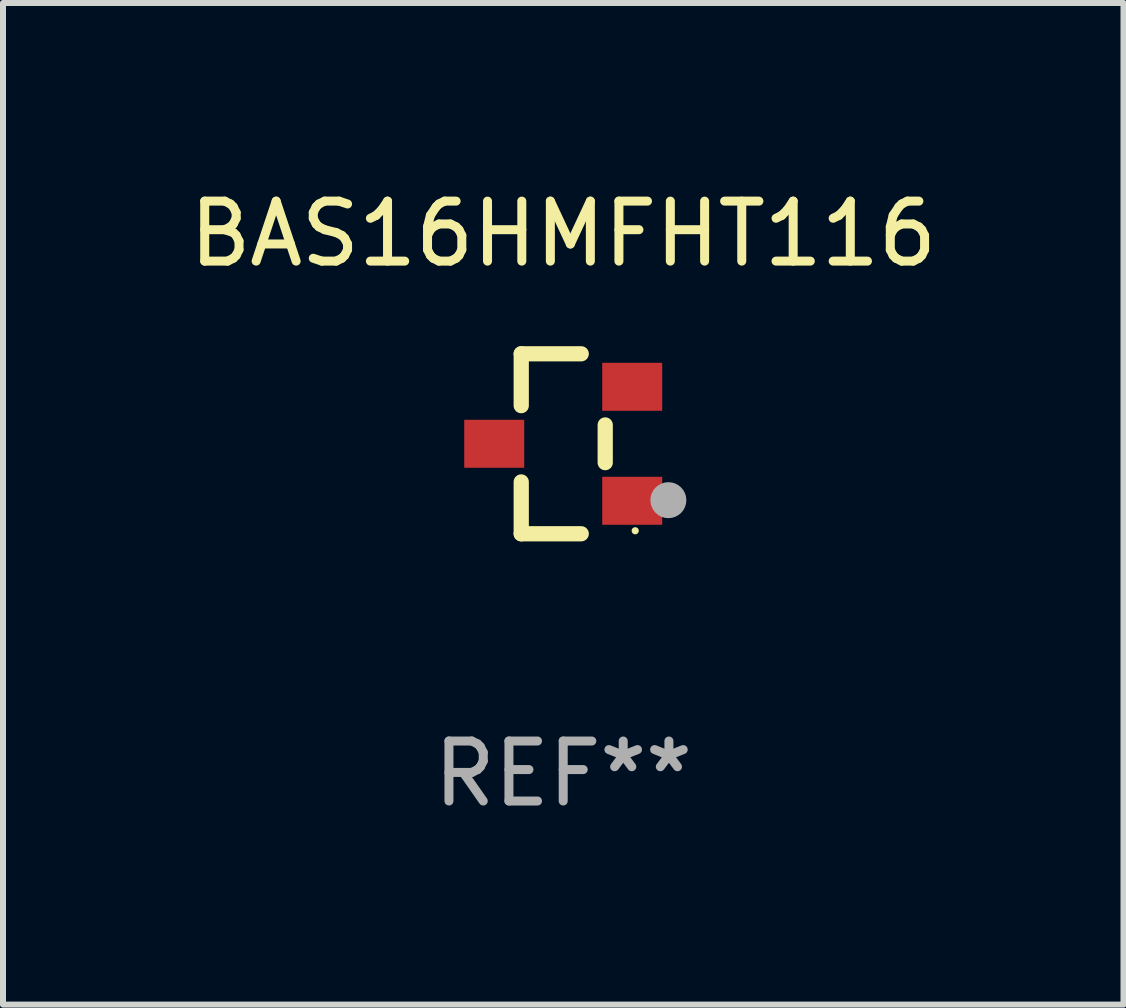
<source format=kicad_pcb>
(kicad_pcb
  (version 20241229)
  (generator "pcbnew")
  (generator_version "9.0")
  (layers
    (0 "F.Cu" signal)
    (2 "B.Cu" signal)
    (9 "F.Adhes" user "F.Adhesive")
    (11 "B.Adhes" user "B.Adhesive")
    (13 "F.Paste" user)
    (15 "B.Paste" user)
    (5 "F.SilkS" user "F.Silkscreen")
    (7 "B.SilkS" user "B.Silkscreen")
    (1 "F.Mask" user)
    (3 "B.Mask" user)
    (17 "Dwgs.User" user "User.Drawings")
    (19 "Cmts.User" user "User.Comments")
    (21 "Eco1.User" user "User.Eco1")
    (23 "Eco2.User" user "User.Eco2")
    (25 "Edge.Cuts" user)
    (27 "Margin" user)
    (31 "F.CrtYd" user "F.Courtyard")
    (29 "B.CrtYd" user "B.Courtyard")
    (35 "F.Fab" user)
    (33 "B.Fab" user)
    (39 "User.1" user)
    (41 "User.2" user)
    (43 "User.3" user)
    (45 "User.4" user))
  (footprint "BAS16HMFHT116"
    (layer "F.Cu")
    (at 6.339 4.348)
    (property "Reference" "BAS16HMFHT116" (at 0 -3.5 0) (layer "F.SilkS") (effects (font (size 1 1) (thickness 0.15))))
    (attr through_hole)
    (fp_line (start -0.7 -1.5) (end 0.3 -1.5) (stroke (width 0.254) (type solid)) (layer "F.SilkS"))
    (fp_line (start -0.7 -0.636) (end -0.7 -1.5) (stroke (width 0.254) (type solid)) (layer "F.SilkS"))
    (fp_line (start -0.7 1.5) (end -0.7 0.636) (stroke (width 0.254) (type solid)) (layer "F.SilkS"))
    (fp_line (start -0.7 1.5) (end 0.3 1.5) (stroke (width 0.254) (type solid)) (layer "F.SilkS"))
    (fp_line (start 0.7 0.314) (end 0.7 -0.314) (stroke (width 0.254) (type solid)) (layer "F.SilkS"))
    (fp_circle (center 1.2 1.45) (end 1.23 1.45) (stroke (width 0.06) (type solid)) (fill no) (layer "F.SilkS"))
    (fp_circle (center 1.753 0.94) (end 1.903 0.94) (stroke (width 0.3) (type solid)) (fill no) (layer "F.Fab"))
    (fp_text user "REF**" (at 0 5.5 0) (layer "F.Fab") (effects (font (size 1 1) (thickness 0.15))))
    (pad "1" smd rect (at 1.15 0.95 180) (size 1 0.8) (layers "F.Cu" "F.Mask" "F.Paste"))
    (pad "2" smd rect (at 1.15 -0.95 180) (size 1 0.8) (layers "F.Cu" "F.Mask" "F.Paste"))
    (pad "3" smd rect (at -1.15 -0.000051 180) (size 1 0.8) (layers "F.Cu" "F.Mask" "F.Paste")))
  (gr_rect
    (start -3 -3)
    (end 15.679 13.697)
    (stroke (width 0.1) (type default))
    (fill no)
    (layer "Edge.Cuts")))
</source>
